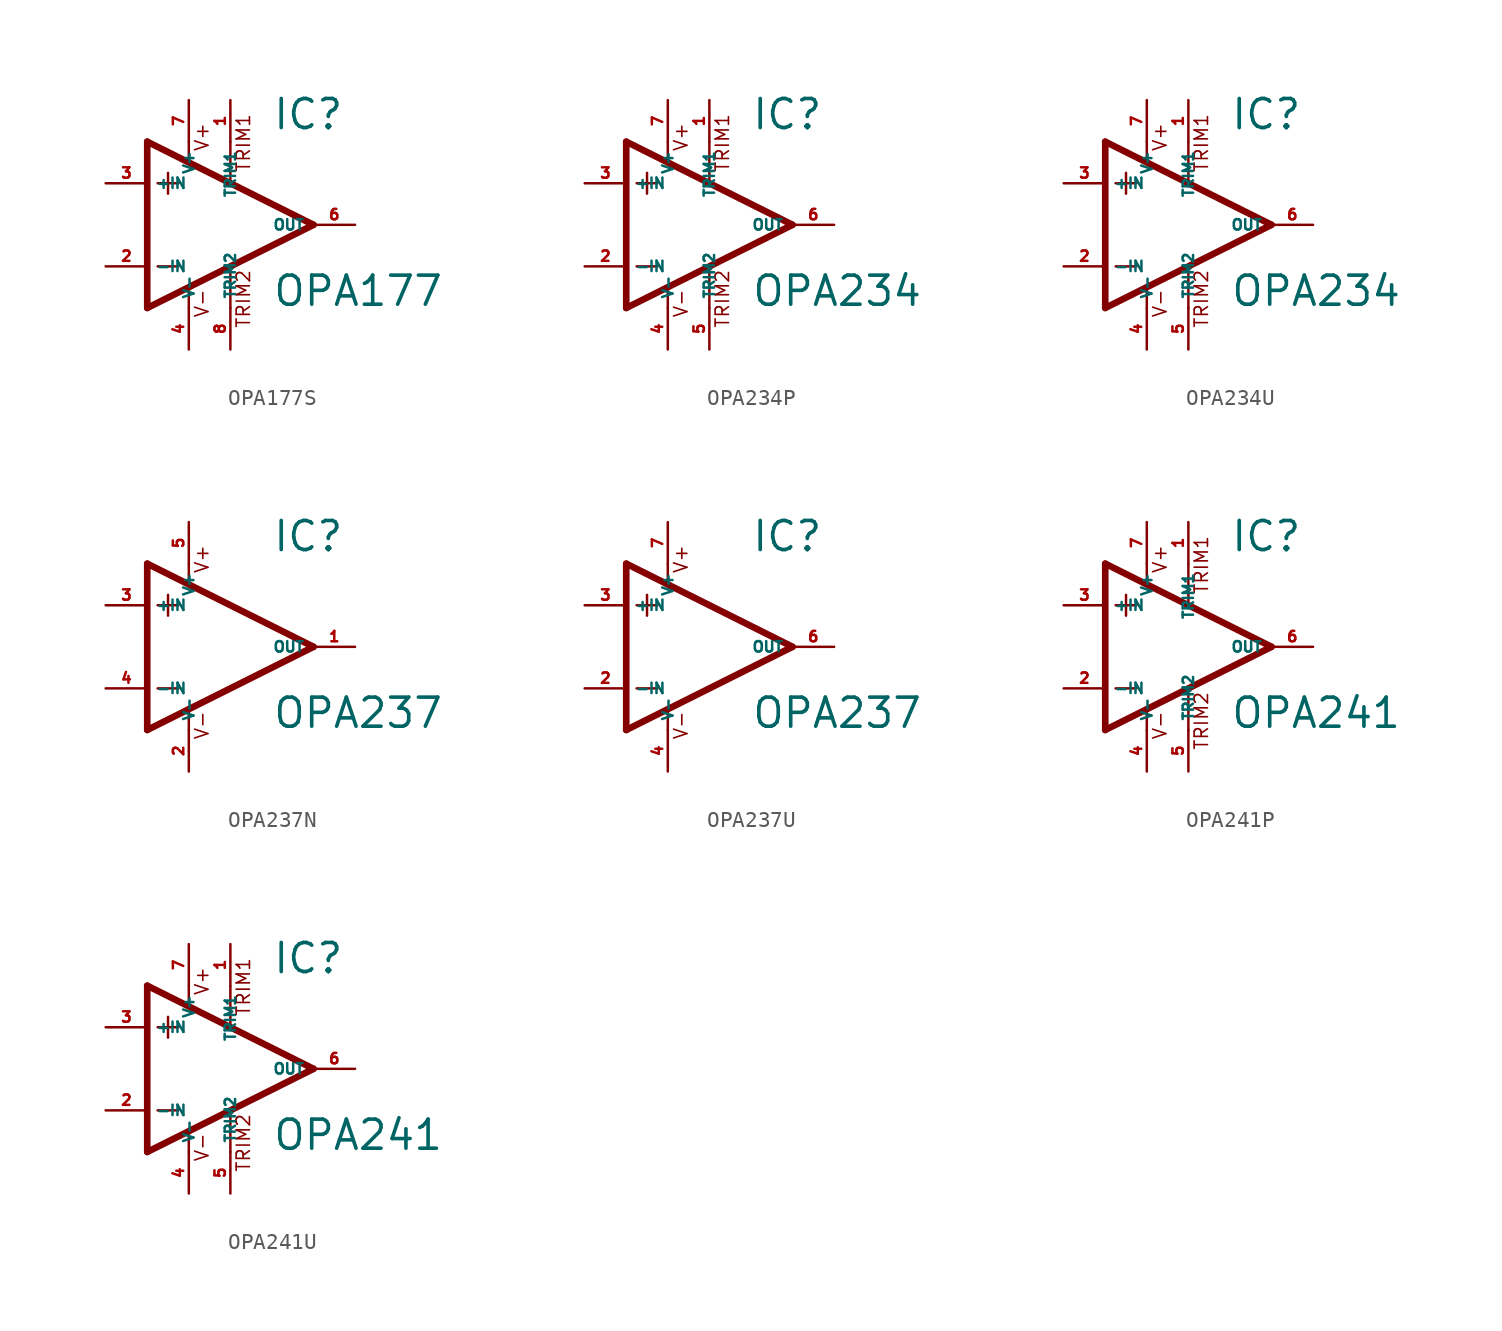
<source format=kicad_sym>
(kicad_symbol_lib
  (version 20220914)
  (generator Eagle2Kicad)
  (symbol "OPA177S"
    (property "Reference" "IC"
      (at 2.54 5.715 0)
      (effects (font (size 1.778 1.778) (thickness 0.22)) (justify left bottom)))
    (property "Value" "OPA177"
      (at 2.54 -5.08 0)
      (effects (font (size 1.778 1.778) (thickness 0.22)) (justify left bottom)))
    (polyline
      (pts (xy -3.81 3.175) (xy -3.81 1.905))
      (stroke (width 0.152) (type default))
      (fill (type none)))
    (polyline
      (pts (xy -4.445 2.54) (xy -3.175 2.54))
      (stroke (width 0.152) (type default))
      (fill (type none)))
    (polyline
      (pts (xy -4.445 -2.54) (xy -3.175 -2.54))
      (stroke (width 0.152) (type default))
      (fill (type none)))
    (polyline
      (pts (xy -2.54 5.08) (xy -2.54 3.886))
      (stroke (width 0.152) (type default))
      (fill (type none)))
    (polyline
      (pts (xy 0 5.055) (xy 0 2.616))
      (stroke (width 0.152) (type default))
      (fill (type none)))
    (polyline
      (pts (xy 0 -2.616) (xy 0 -5.08))
      (stroke (width 0.152) (type default))
      (fill (type none)))
    (polyline
      (pts (xy -2.54 -3.912) (xy -2.54 -5.08))
      (stroke (width 0.152) (type default))
      (fill (type none)))
    (polyline
      (pts (xy 5.08 0) (xy -5.08 5.08))
      (stroke (width 0.406) (type default))
      (fill (type none)))
    (polyline
      (pts (xy -5.08 5.08) (xy -5.08 -5.08))
      (stroke (width 0.406) (type default))
      (fill (type none)))
    (polyline
      (pts (xy -5.08 -5.08) (xy 5.08 0))
      (stroke (width 0.406) (type default))
      (fill (type none)))
    (text "V+"
      (at -1.27 4.445 900)
      (effects (font (size 0.813 0.813) (thickness 0.10)) (justify left bottom)))
    (text "V-"
      (at -1.27 -5.715 900)
      (effects (font (size 0.813 0.813) (thickness 0.10)) (justify left bottom)))
    (text "TRIM1"
      (at 1.27 3.175 900)
      (effects (font (size 0.813 0.813) (thickness 0.10)) (justify left bottom)))
    (text "TRIM2"
      (at 1.27 -6.35 900)
      (effects (font (size 0.813 0.813) (thickness 0.10)) (justify left bottom)))
    (pin passive line
      (at 0 7.62 270)
      (length 2.54)
      (name "TRIM1" (effects (font (size 0.635 0.635) (thickness 0.08)) (justify left bottom)))
      (number "1" (effects (font (size 0.635 0.635) (thickness 0.08)) (justify left bottom))))
    (pin input line
      (at -7.62 -2.54 0)
      (length 2.54)
      (name "-IN" (effects (font (size 0.635 0.635) (thickness 0.08)) (justify left bottom)))
      (number "2" (effects (font (size 0.635 0.635) (thickness 0.08)) (justify left bottom))))
    (pin input line
      (at -7.62 2.54 0)
      (length 2.54)
      (name "+IN" (effects (font (size 0.635 0.635) (thickness 0.08)) (justify left bottom)))
      (number "3" (effects (font (size 0.635 0.635) (thickness 0.08)) (justify left bottom))))
    (pin output line
      (at 7.62 0 180)
      (length 2.54)
      (name "OUT" (effects (font (size 0.635 0.635) (thickness 0.08)) (justify left bottom)))
      (number "6" (effects (font (size 0.635 0.635) (thickness 0.08)) (justify left bottom))))
    (pin passive line
      (at 0 -7.62 90)
      (length 2.54)
      (name "TRIM2" (effects (font (size 0.635 0.635) (thickness 0.08)) (justify left bottom)))
      (number "8" (effects (font (size 0.635 0.635) (thickness 0.08)) (justify left bottom))))
    (pin unspecified line
      (at -2.54 7.62 270)
      (length 2.54)
      (name "V+" (effects (font (size 0.635 0.635) (thickness 0.08)) (justify left bottom)))
      (number "7" (effects (font (size 0.635 0.635) (thickness 0.08)) (justify left bottom))))
    (pin unspecified line
      (at -2.54 -7.62 90)
      (length 2.54)
      (name "V-" (effects (font (size 0.635 0.635) (thickness 0.08)) (justify left bottom)))
      (number "4" (effects (font (size 0.635 0.635) (thickness 0.08)) (justify left bottom)))))
  (symbol "OPA234P"
    (property "Reference" "IC"
      (at 2.54 5.715 0)
      (effects (font (size 1.778 1.778) (thickness 0.22)) (justify left bottom)))
    (property "Value" "OPA234"
      (at 2.54 -5.08 0)
      (effects (font (size 1.778 1.778) (thickness 0.22)) (justify left bottom)))
    (polyline
      (pts (xy -3.81 3.175) (xy -3.81 1.905))
      (stroke (width 0.152) (type default))
      (fill (type none)))
    (polyline
      (pts (xy -4.445 2.54) (xy -3.175 2.54))
      (stroke (width 0.152) (type default))
      (fill (type none)))
    (polyline
      (pts (xy -4.445 -2.54) (xy -3.175 -2.54))
      (stroke (width 0.152) (type default))
      (fill (type none)))
    (polyline
      (pts (xy -2.54 5.08) (xy -2.54 3.886))
      (stroke (width 0.152) (type default))
      (fill (type none)))
    (polyline
      (pts (xy 0 5.055) (xy 0 2.616))
      (stroke (width 0.152) (type default))
      (fill (type none)))
    (polyline
      (pts (xy 0 -2.616) (xy 0 -5.08))
      (stroke (width 0.152) (type default))
      (fill (type none)))
    (polyline
      (pts (xy -2.54 -3.912) (xy -2.54 -5.08))
      (stroke (width 0.152) (type default))
      (fill (type none)))
    (polyline
      (pts (xy 5.08 0) (xy -5.08 5.08))
      (stroke (width 0.406) (type default))
      (fill (type none)))
    (polyline
      (pts (xy -5.08 5.08) (xy -5.08 -5.08))
      (stroke (width 0.406) (type default))
      (fill (type none)))
    (polyline
      (pts (xy -5.08 -5.08) (xy 5.08 0))
      (stroke (width 0.406) (type default))
      (fill (type none)))
    (text "V+"
      (at -1.27 4.445 900)
      (effects (font (size 0.813 0.813) (thickness 0.10)) (justify left bottom)))
    (text "V-"
      (at -1.27 -5.715 900)
      (effects (font (size 0.813 0.813) (thickness 0.10)) (justify left bottom)))
    (text "TRIM1"
      (at 1.27 3.175 900)
      (effects (font (size 0.813 0.813) (thickness 0.10)) (justify left bottom)))
    (text "TRIM2"
      (at 1.27 -6.35 900)
      (effects (font (size 0.813 0.813) (thickness 0.10)) (justify left bottom)))
    (pin passive line
      (at 0 7.62 270)
      (length 2.54)
      (name "TRIM1" (effects (font (size 0.635 0.635) (thickness 0.08)) (justify left bottom)))
      (number "1" (effects (font (size 0.635 0.635) (thickness 0.08)) (justify left bottom))))
    (pin input line
      (at -7.62 -2.54 0)
      (length 2.54)
      (name "-IN" (effects (font (size 0.635 0.635) (thickness 0.08)) (justify left bottom)))
      (number "2" (effects (font (size 0.635 0.635) (thickness 0.08)) (justify left bottom))))
    (pin input line
      (at -7.62 2.54 0)
      (length 2.54)
      (name "+IN" (effects (font (size 0.635 0.635) (thickness 0.08)) (justify left bottom)))
      (number "3" (effects (font (size 0.635 0.635) (thickness 0.08)) (justify left bottom))))
    (pin output line
      (at 7.62 0 180)
      (length 2.54)
      (name "OUT" (effects (font (size 0.635 0.635) (thickness 0.08)) (justify left bottom)))
      (number "6" (effects (font (size 0.635 0.635) (thickness 0.08)) (justify left bottom))))
    (pin passive line
      (at 0 -7.62 90)
      (length 2.54)
      (name "TRIM2" (effects (font (size 0.635 0.635) (thickness 0.08)) (justify left bottom)))
      (number "5" (effects (font (size 0.635 0.635) (thickness 0.08)) (justify left bottom))))
    (pin unspecified line
      (at -2.54 7.62 270)
      (length 2.54)
      (name "V+" (effects (font (size 0.635 0.635) (thickness 0.08)) (justify left bottom)))
      (number "7" (effects (font (size 0.635 0.635) (thickness 0.08)) (justify left bottom))))
    (pin unspecified line
      (at -2.54 -7.62 90)
      (length 2.54)
      (name "V-" (effects (font (size 0.635 0.635) (thickness 0.08)) (justify left bottom)))
      (number "4" (effects (font (size 0.635 0.635) (thickness 0.08)) (justify left bottom)))))
  (symbol "OPA234U"
    (property "Reference" "IC"
      (at 2.54 5.715 0)
      (effects (font (size 1.778 1.778) (thickness 0.22)) (justify left bottom)))
    (property "Value" "OPA234"
      (at 2.54 -5.08 0)
      (effects (font (size 1.778 1.778) (thickness 0.22)) (justify left bottom)))
    (polyline
      (pts (xy -3.81 3.175) (xy -3.81 1.905))
      (stroke (width 0.152) (type default))
      (fill (type none)))
    (polyline
      (pts (xy -4.445 2.54) (xy -3.175 2.54))
      (stroke (width 0.152) (type default))
      (fill (type none)))
    (polyline
      (pts (xy -4.445 -2.54) (xy -3.175 -2.54))
      (stroke (width 0.152) (type default))
      (fill (type none)))
    (polyline
      (pts (xy -2.54 5.08) (xy -2.54 3.886))
      (stroke (width 0.152) (type default))
      (fill (type none)))
    (polyline
      (pts (xy 0 5.055) (xy 0 2.616))
      (stroke (width 0.152) (type default))
      (fill (type none)))
    (polyline
      (pts (xy 0 -2.616) (xy 0 -5.08))
      (stroke (width 0.152) (type default))
      (fill (type none)))
    (polyline
      (pts (xy -2.54 -3.912) (xy -2.54 -5.08))
      (stroke (width 0.152) (type default))
      (fill (type none)))
    (polyline
      (pts (xy 5.08 0) (xy -5.08 5.08))
      (stroke (width 0.406) (type default))
      (fill (type none)))
    (polyline
      (pts (xy -5.08 5.08) (xy -5.08 -5.08))
      (stroke (width 0.406) (type default))
      (fill (type none)))
    (polyline
      (pts (xy -5.08 -5.08) (xy 5.08 0))
      (stroke (width 0.406) (type default))
      (fill (type none)))
    (text "V+"
      (at -1.27 4.445 900)
      (effects (font (size 0.813 0.813) (thickness 0.10)) (justify left bottom)))
    (text "V-"
      (at -1.27 -5.715 900)
      (effects (font (size 0.813 0.813) (thickness 0.10)) (justify left bottom)))
    (text "TRIM1"
      (at 1.27 3.175 900)
      (effects (font (size 0.813 0.813) (thickness 0.10)) (justify left bottom)))
    (text "TRIM2"
      (at 1.27 -6.35 900)
      (effects (font (size 0.813 0.813) (thickness 0.10)) (justify left bottom)))
    (pin passive line
      (at 0 7.62 270)
      (length 2.54)
      (name "TRIM1" (effects (font (size 0.635 0.635) (thickness 0.08)) (justify left bottom)))
      (number "1" (effects (font (size 0.635 0.635) (thickness 0.08)) (justify left bottom))))
    (pin input line
      (at -7.62 -2.54 0)
      (length 2.54)
      (name "-IN" (effects (font (size 0.635 0.635) (thickness 0.08)) (justify left bottom)))
      (number "2" (effects (font (size 0.635 0.635) (thickness 0.08)) (justify left bottom))))
    (pin input line
      (at -7.62 2.54 0)
      (length 2.54)
      (name "+IN" (effects (font (size 0.635 0.635) (thickness 0.08)) (justify left bottom)))
      (number "3" (effects (font (size 0.635 0.635) (thickness 0.08)) (justify left bottom))))
    (pin output line
      (at 7.62 0 180)
      (length 2.54)
      (name "OUT" (effects (font (size 0.635 0.635) (thickness 0.08)) (justify left bottom)))
      (number "6" (effects (font (size 0.635 0.635) (thickness 0.08)) (justify left bottom))))
    (pin passive line
      (at 0 -7.62 90)
      (length 2.54)
      (name "TRIM2" (effects (font (size 0.635 0.635) (thickness 0.08)) (justify left bottom)))
      (number "5" (effects (font (size 0.635 0.635) (thickness 0.08)) (justify left bottom))))
    (pin unspecified line
      (at -2.54 7.62 270)
      (length 2.54)
      (name "V+" (effects (font (size 0.635 0.635) (thickness 0.08)) (justify left bottom)))
      (number "7" (effects (font (size 0.635 0.635) (thickness 0.08)) (justify left bottom))))
    (pin unspecified line
      (at -2.54 -7.62 90)
      (length 2.54)
      (name "V-" (effects (font (size 0.635 0.635) (thickness 0.08)) (justify left bottom)))
      (number "4" (effects (font (size 0.635 0.635) (thickness 0.08)) (justify left bottom)))))
  (symbol "OPA237N"
    (property "Reference" "IC"
      (at 2.54 5.715 0)
      (effects (font (size 1.778 1.778) (thickness 0.22)) (justify left bottom)))
    (property "Value" "OPA237"
      (at 2.54 -5.08 0)
      (effects (font (size 1.778 1.778) (thickness 0.22)) (justify left bottom)))
    (polyline
      (pts (xy -3.81 3.175) (xy -3.81 1.905))
      (stroke (width 0.152) (type default))
      (fill (type none)))
    (polyline
      (pts (xy -4.445 2.54) (xy -3.175 2.54))
      (stroke (width 0.152) (type default))
      (fill (type none)))
    (polyline
      (pts (xy -4.445 -2.54) (xy -3.175 -2.54))
      (stroke (width 0.152) (type default))
      (fill (type none)))
    (polyline
      (pts (xy -2.54 5.08) (xy -2.54 3.886))
      (stroke (width 0.152) (type default))
      (fill (type none)))
    (polyline
      (pts (xy -2.54 -3.912) (xy -2.54 -5.08))
      (stroke (width 0.152) (type default))
      (fill (type none)))
    (polyline
      (pts (xy 5.08 0) (xy -5.08 5.08))
      (stroke (width 0.406) (type default))
      (fill (type none)))
    (polyline
      (pts (xy -5.08 5.08) (xy -5.08 -5.08))
      (stroke (width 0.406) (type default))
      (fill (type none)))
    (polyline
      (pts (xy -5.08 -5.08) (xy 5.08 0))
      (stroke (width 0.406) (type default))
      (fill (type none)))
    (text "V+"
      (at -1.27 4.445 900)
      (effects (font (size 0.813 0.813) (thickness 0.10)) (justify left bottom)))
    (text "V-"
      (at -1.27 -5.715 900)
      (effects (font (size 0.813 0.813) (thickness 0.10)) (justify left bottom)))
    (pin input line
      (at -7.62 -2.54 0)
      (length 2.54)
      (name "-IN" (effects (font (size 0.635 0.635) (thickness 0.08)) (justify left bottom)))
      (number "4" (effects (font (size 0.635 0.635) (thickness 0.08)) (justify left bottom))))
    (pin input line
      (at -7.62 2.54 0)
      (length 2.54)
      (name "+IN" (effects (font (size 0.635 0.635) (thickness 0.08)) (justify left bottom)))
      (number "3" (effects (font (size 0.635 0.635) (thickness 0.08)) (justify left bottom))))
    (pin output line
      (at 7.62 0 180)
      (length 2.54)
      (name "OUT" (effects (font (size 0.635 0.635) (thickness 0.08)) (justify left bottom)))
      (number "1" (effects (font (size 0.635 0.635) (thickness 0.08)) (justify left bottom))))
    (pin unspecified line
      (at -2.54 7.62 270)
      (length 2.54)
      (name "V+" (effects (font (size 0.635 0.635) (thickness 0.08)) (justify left bottom)))
      (number "5" (effects (font (size 0.635 0.635) (thickness 0.08)) (justify left bottom))))
    (pin unspecified line
      (at -2.54 -7.62 90)
      (length 2.54)
      (name "V-" (effects (font (size 0.635 0.635) (thickness 0.08)) (justify left bottom)))
      (number "2" (effects (font (size 0.635 0.635) (thickness 0.08)) (justify left bottom)))))
  (symbol "OPA237U"
    (property "Reference" "IC"
      (at 2.54 5.715 0)
      (effects (font (size 1.778 1.778) (thickness 0.22)) (justify left bottom)))
    (property "Value" "OPA237"
      (at 2.54 -5.08 0)
      (effects (font (size 1.778 1.778) (thickness 0.22)) (justify left bottom)))
    (polyline
      (pts (xy -3.81 3.175) (xy -3.81 1.905))
      (stroke (width 0.152) (type default))
      (fill (type none)))
    (polyline
      (pts (xy -4.445 2.54) (xy -3.175 2.54))
      (stroke (width 0.152) (type default))
      (fill (type none)))
    (polyline
      (pts (xy -4.445 -2.54) (xy -3.175 -2.54))
      (stroke (width 0.152) (type default))
      (fill (type none)))
    (polyline
      (pts (xy -2.54 5.08) (xy -2.54 3.886))
      (stroke (width 0.152) (type default))
      (fill (type none)))
    (polyline
      (pts (xy -2.54 -3.912) (xy -2.54 -5.08))
      (stroke (width 0.152) (type default))
      (fill (type none)))
    (polyline
      (pts (xy 5.08 0) (xy -5.08 5.08))
      (stroke (width 0.406) (type default))
      (fill (type none)))
    (polyline
      (pts (xy -5.08 5.08) (xy -5.08 -5.08))
      (stroke (width 0.406) (type default))
      (fill (type none)))
    (polyline
      (pts (xy -5.08 -5.08) (xy 5.08 0))
      (stroke (width 0.406) (type default))
      (fill (type none)))
    (text "V+"
      (at -1.27 4.445 900)
      (effects (font (size 0.813 0.813) (thickness 0.10)) (justify left bottom)))
    (text "V-"
      (at -1.27 -5.715 900)
      (effects (font (size 0.813 0.813) (thickness 0.10)) (justify left bottom)))
    (pin input line
      (at -7.62 -2.54 0)
      (length 2.54)
      (name "-IN" (effects (font (size 0.635 0.635) (thickness 0.08)) (justify left bottom)))
      (number "2" (effects (font (size 0.635 0.635) (thickness 0.08)) (justify left bottom))))
    (pin input line
      (at -7.62 2.54 0)
      (length 2.54)
      (name "+IN" (effects (font (size 0.635 0.635) (thickness 0.08)) (justify left bottom)))
      (number "3" (effects (font (size 0.635 0.635) (thickness 0.08)) (justify left bottom))))
    (pin output line
      (at 7.62 0 180)
      (length 2.54)
      (name "OUT" (effects (font (size 0.635 0.635) (thickness 0.08)) (justify left bottom)))
      (number "6" (effects (font (size 0.635 0.635) (thickness 0.08)) (justify left bottom))))
    (pin unspecified line
      (at -2.54 7.62 270)
      (length 2.54)
      (name "V+" (effects (font (size 0.635 0.635) (thickness 0.08)) (justify left bottom)))
      (number "7" (effects (font (size 0.635 0.635) (thickness 0.08)) (justify left bottom))))
    (pin unspecified line
      (at -2.54 -7.62 90)
      (length 2.54)
      (name "V-" (effects (font (size 0.635 0.635) (thickness 0.08)) (justify left bottom)))
      (number "4" (effects (font (size 0.635 0.635) (thickness 0.08)) (justify left bottom)))))
  (symbol "OPA241P"
    (property "Reference" "IC"
      (at 2.54 5.715 0)
      (effects (font (size 1.778 1.778) (thickness 0.22)) (justify left bottom)))
    (property "Value" "OPA241"
      (at 2.54 -5.08 0)
      (effects (font (size 1.778 1.778) (thickness 0.22)) (justify left bottom)))
    (polyline
      (pts (xy -3.81 3.175) (xy -3.81 1.905))
      (stroke (width 0.152) (type default))
      (fill (type none)))
    (polyline
      (pts (xy -4.445 2.54) (xy -3.175 2.54))
      (stroke (width 0.152) (type default))
      (fill (type none)))
    (polyline
      (pts (xy -4.445 -2.54) (xy -3.175 -2.54))
      (stroke (width 0.152) (type default))
      (fill (type none)))
    (polyline
      (pts (xy -2.54 5.08) (xy -2.54 3.886))
      (stroke (width 0.152) (type default))
      (fill (type none)))
    (polyline
      (pts (xy 0 5.055) (xy 0 2.616))
      (stroke (width 0.152) (type default))
      (fill (type none)))
    (polyline
      (pts (xy 0 -2.616) (xy 0 -5.08))
      (stroke (width 0.152) (type default))
      (fill (type none)))
    (polyline
      (pts (xy -2.54 -3.912) (xy -2.54 -5.08))
      (stroke (width 0.152) (type default))
      (fill (type none)))
    (polyline
      (pts (xy 5.08 0) (xy -5.08 5.08))
      (stroke (width 0.406) (type default))
      (fill (type none)))
    (polyline
      (pts (xy -5.08 5.08) (xy -5.08 -5.08))
      (stroke (width 0.406) (type default))
      (fill (type none)))
    (polyline
      (pts (xy -5.08 -5.08) (xy 5.08 0))
      (stroke (width 0.406) (type default))
      (fill (type none)))
    (text "V+"
      (at -1.27 4.445 900)
      (effects (font (size 0.813 0.813) (thickness 0.10)) (justify left bottom)))
    (text "V-"
      (at -1.27 -5.715 900)
      (effects (font (size 0.813 0.813) (thickness 0.10)) (justify left bottom)))
    (text "TRIM1"
      (at 1.27 3.175 900)
      (effects (font (size 0.813 0.813) (thickness 0.10)) (justify left bottom)))
    (text "TRIM2"
      (at 1.27 -6.35 900)
      (effects (font (size 0.813 0.813) (thickness 0.10)) (justify left bottom)))
    (pin passive line
      (at 0 7.62 270)
      (length 2.54)
      (name "TRIM1" (effects (font (size 0.635 0.635) (thickness 0.08)) (justify left bottom)))
      (number "1" (effects (font (size 0.635 0.635) (thickness 0.08)) (justify left bottom))))
    (pin input line
      (at -7.62 -2.54 0)
      (length 2.54)
      (name "-IN" (effects (font (size 0.635 0.635) (thickness 0.08)) (justify left bottom)))
      (number "2" (effects (font (size 0.635 0.635) (thickness 0.08)) (justify left bottom))))
    (pin input line
      (at -7.62 2.54 0)
      (length 2.54)
      (name "+IN" (effects (font (size 0.635 0.635) (thickness 0.08)) (justify left bottom)))
      (number "3" (effects (font (size 0.635 0.635) (thickness 0.08)) (justify left bottom))))
    (pin output line
      (at 7.62 0 180)
      (length 2.54)
      (name "OUT" (effects (font (size 0.635 0.635) (thickness 0.08)) (justify left bottom)))
      (number "6" (effects (font (size 0.635 0.635) (thickness 0.08)) (justify left bottom))))
    (pin passive line
      (at 0 -7.62 90)
      (length 2.54)
      (name "TRIM2" (effects (font (size 0.635 0.635) (thickness 0.08)) (justify left bottom)))
      (number "5" (effects (font (size 0.635 0.635) (thickness 0.08)) (justify left bottom))))
    (pin unspecified line
      (at -2.54 7.62 270)
      (length 2.54)
      (name "V+" (effects (font (size 0.635 0.635) (thickness 0.08)) (justify left bottom)))
      (number "7" (effects (font (size 0.635 0.635) (thickness 0.08)) (justify left bottom))))
    (pin unspecified line
      (at -2.54 -7.62 90)
      (length 2.54)
      (name "V-" (effects (font (size 0.635 0.635) (thickness 0.08)) (justify left bottom)))
      (number "4" (effects (font (size 0.635 0.635) (thickness 0.08)) (justify left bottom)))))
  (symbol "OPA241U"
    (property "Reference" "IC"
      (at 2.54 5.715 0)
      (effects (font (size 1.778 1.778) (thickness 0.22)) (justify left bottom)))
    (property "Value" "OPA241"
      (at 2.54 -5.08 0)
      (effects (font (size 1.778 1.778) (thickness 0.22)) (justify left bottom)))
    (polyline
      (pts (xy -3.81 3.175) (xy -3.81 1.905))
      (stroke (width 0.152) (type default))
      (fill (type none)))
    (polyline
      (pts (xy -4.445 2.54) (xy -3.175 2.54))
      (stroke (width 0.152) (type default))
      (fill (type none)))
    (polyline
      (pts (xy -4.445 -2.54) (xy -3.175 -2.54))
      (stroke (width 0.152) (type default))
      (fill (type none)))
    (polyline
      (pts (xy -2.54 5.08) (xy -2.54 3.886))
      (stroke (width 0.152) (type default))
      (fill (type none)))
    (polyline
      (pts (xy 0 5.055) (xy 0 2.616))
      (stroke (width 0.152) (type default))
      (fill (type none)))
    (polyline
      (pts (xy 0 -2.616) (xy 0 -5.08))
      (stroke (width 0.152) (type default))
      (fill (type none)))
    (polyline
      (pts (xy -2.54 -3.912) (xy -2.54 -5.08))
      (stroke (width 0.152) (type default))
      (fill (type none)))
    (polyline
      (pts (xy 5.08 0) (xy -5.08 5.08))
      (stroke (width 0.406) (type default))
      (fill (type none)))
    (polyline
      (pts (xy -5.08 5.08) (xy -5.08 -5.08))
      (stroke (width 0.406) (type default))
      (fill (type none)))
    (polyline
      (pts (xy -5.08 -5.08) (xy 5.08 0))
      (stroke (width 0.406) (type default))
      (fill (type none)))
    (text "V+"
      (at -1.27 4.445 900)
      (effects (font (size 0.813 0.813) (thickness 0.10)) (justify left bottom)))
    (text "V-"
      (at -1.27 -5.715 900)
      (effects (font (size 0.813 0.813) (thickness 0.10)) (justify left bottom)))
    (text "TRIM1"
      (at 1.27 3.175 900)
      (effects (font (size 0.813 0.813) (thickness 0.10)) (justify left bottom)))
    (text "TRIM2"
      (at 1.27 -6.35 900)
      (effects (font (size 0.813 0.813) (thickness 0.10)) (justify left bottom)))
    (pin passive line
      (at 0 7.62 270)
      (length 2.54)
      (name "TRIM1" (effects (font (size 0.635 0.635) (thickness 0.08)) (justify left bottom)))
      (number "1" (effects (font (size 0.635 0.635) (thickness 0.08)) (justify left bottom))))
    (pin input line
      (at -7.62 -2.54 0)
      (length 2.54)
      (name "-IN" (effects (font (size 0.635 0.635) (thickness 0.08)) (justify left bottom)))
      (number "2" (effects (font (size 0.635 0.635) (thickness 0.08)) (justify left bottom))))
    (pin input line
      (at -7.62 2.54 0)
      (length 2.54)
      (name "+IN" (effects (font (size 0.635 0.635) (thickness 0.08)) (justify left bottom)))
      (number "3" (effects (font (size 0.635 0.635) (thickness 0.08)) (justify left bottom))))
    (pin output line
      (at 7.62 0 180)
      (length 2.54)
      (name "OUT" (effects (font (size 0.635 0.635) (thickness 0.08)) (justify left bottom)))
      (number "6" (effects (font (size 0.635 0.635) (thickness 0.08)) (justify left bottom))))
    (pin passive line
      (at 0 -7.62 90)
      (length 2.54)
      (name "TRIM2" (effects (font (size 0.635 0.635) (thickness 0.08)) (justify left bottom)))
      (number "5" (effects (font (size 0.635 0.635) (thickness 0.08)) (justify left bottom))))
    (pin unspecified line
      (at -2.54 7.62 270)
      (length 2.54)
      (name "V+" (effects (font (size 0.635 0.635) (thickness 0.08)) (justify left bottom)))
      (number "7" (effects (font (size 0.635 0.635) (thickness 0.08)) (justify left bottom))))
    (pin unspecified line
      (at -2.54 -7.62 90)
      (length 2.54)
      (name "V-" (effects (font (size 0.635 0.635) (thickness 0.08)) (justify left bottom)))
      (number "4" (effects (font (size 0.635 0.635) (thickness 0.08)) (justify left bottom))))))
</source>
